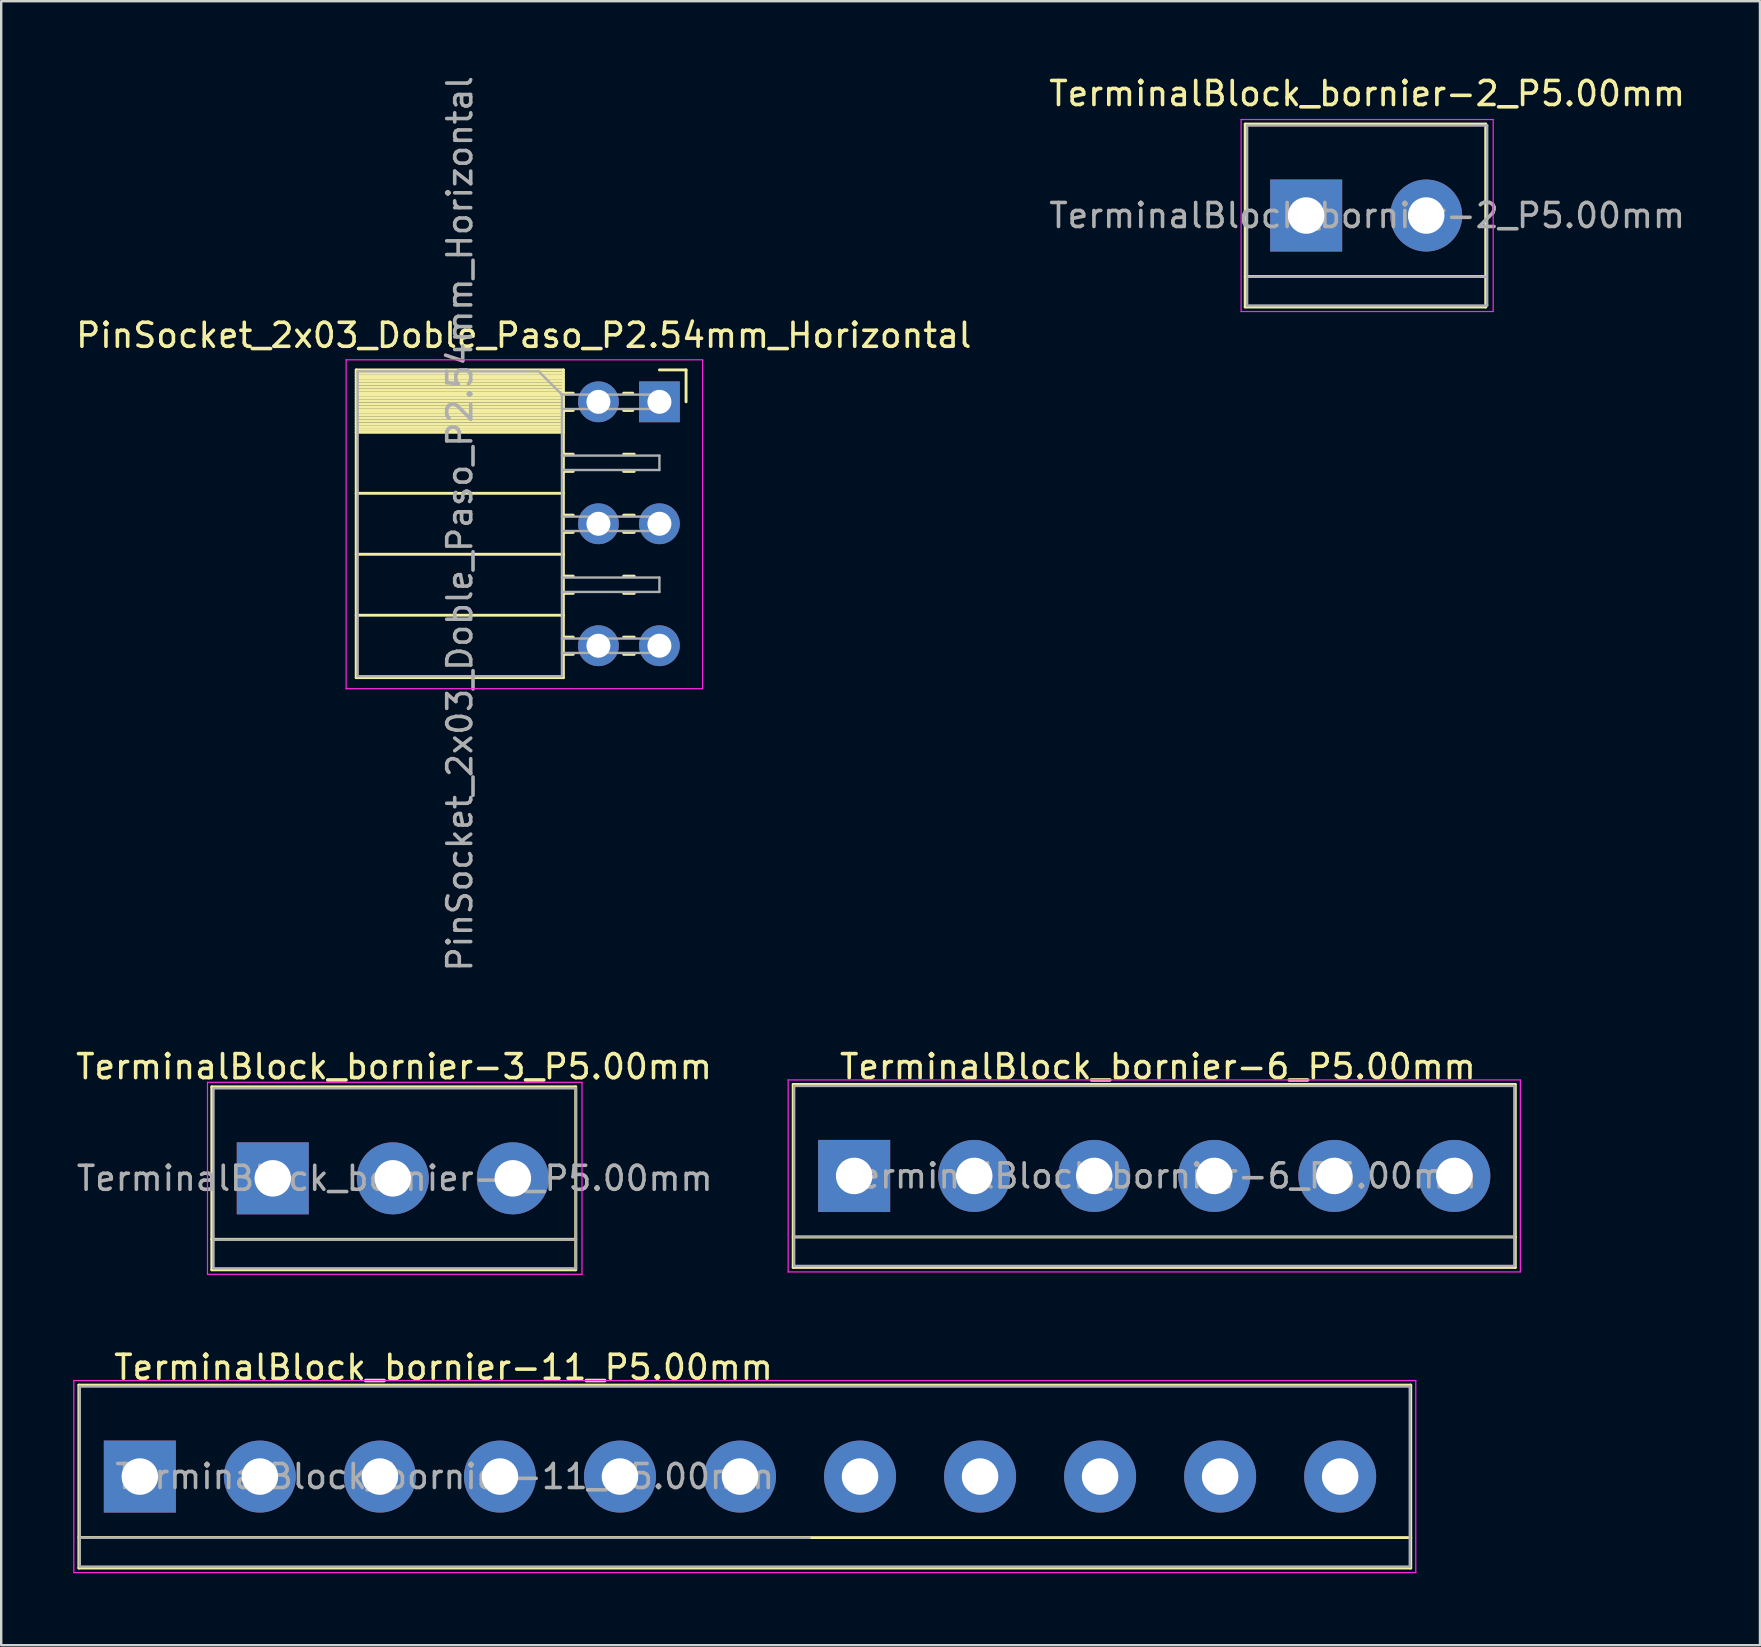
<source format=kicad_pcb>
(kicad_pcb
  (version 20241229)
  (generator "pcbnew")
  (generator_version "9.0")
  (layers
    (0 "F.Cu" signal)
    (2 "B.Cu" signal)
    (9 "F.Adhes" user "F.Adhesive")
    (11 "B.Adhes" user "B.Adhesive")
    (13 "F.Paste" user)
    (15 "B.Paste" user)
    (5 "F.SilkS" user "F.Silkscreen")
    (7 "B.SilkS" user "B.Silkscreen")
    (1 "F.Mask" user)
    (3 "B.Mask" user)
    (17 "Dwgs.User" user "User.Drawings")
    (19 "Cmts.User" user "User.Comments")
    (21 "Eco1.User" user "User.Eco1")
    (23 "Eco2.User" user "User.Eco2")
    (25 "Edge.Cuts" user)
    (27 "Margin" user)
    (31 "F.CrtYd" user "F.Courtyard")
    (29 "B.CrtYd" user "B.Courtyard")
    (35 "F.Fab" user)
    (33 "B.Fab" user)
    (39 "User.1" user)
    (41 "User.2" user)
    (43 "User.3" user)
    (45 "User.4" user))
  (footprint "TerminalBlock_bornier-6_P5.00mm"
    (layer "F.Cu")
    (at 32.531 45.934)
    (property "Reference" "TerminalBlock_bornier-6_P5.00mm" (at 12.65 -4.55 0) (layer "F.SilkS") (effects (font (size 1 1) (thickness 0.15))))
    (attr through_hole)
    (fp_line (start -2.54 -3.81) (end -2.54 3.81) (stroke (width 0.12) (type solid)) (layer "F.SilkS"))
    (fp_line (start -2.54 -3.81) (end 27.54 -3.81) (stroke (width 0.12) (type solid)) (layer "F.SilkS"))
    (fp_line (start -2.54 2.54) (end 27.54 2.54) (stroke (width 0.12) (type solid)) (layer "F.SilkS"))
    (fp_line (start -2.54 3.81) (end 27.54 3.81) (stroke (width 0.12) (type solid)) (layer "F.SilkS"))
    (fp_line (start 27.54 3.81) (end 27.54 -3.81) (stroke (width 0.12) (type solid)) (layer "F.SilkS"))
    (fp_line (start -2.75 -4) (end -2.75 4) (stroke (width 0.05) (type solid)) (layer "F.CrtYd"))
    (fp_line (start -2.75 -4) (end 27.75 -4) (stroke (width 0.05) (type solid)) (layer "F.CrtYd"))
    (fp_line (start 27.75 4) (end -2.75 4) (stroke (width 0.05) (type solid)) (layer "F.CrtYd"))
    (fp_line (start 27.75 4) (end 27.75 -4) (stroke (width 0.05) (type solid)) (layer "F.CrtYd"))
    (fp_line (start -2.5 -3.75) (end -2.5 3.75) (stroke (width 0.1) (type solid)) (layer "F.Fab"))
    (fp_line (start -2.5 2.55) (end 27.5 2.55) (stroke (width 0.1) (type solid)) (layer "F.Fab"))
    (fp_line (start -2.5 3.75) (end 27.5 3.75) (stroke (width 0.1) (type solid)) (layer "F.Fab"))
    (fp_line (start 27.5 -3.75) (end -2.5 -3.75) (stroke (width 0.1) (type solid)) (layer "F.Fab"))
    (fp_line (start 27.5 3.75) (end 27.5 -3.75) (stroke (width 0.1) (type solid)) (layer "F.Fab"))
    (fp_text user "${REFERENCE}" (at 12.7 0 0) (layer "F.Fab") (effects (font (size 1 1) (thickness 0.15))))
    (pad "1" thru_hole rect (at 0 0) (size 3 3) (drill 1.52) (layers "*.Cu" "*.Mask"))
    (pad "2" thru_hole circle (at 5 0) (size 3 3) (drill 1.52) (layers "*.Cu" "*.Mask"))
    (pad "3" thru_hole circle (at 10 0) (size 3 3) (drill 1.52) (layers "*.Cu" "*.Mask"))
    (pad "4" thru_hole circle (at 15 0) (size 3 3) (drill 1.52) (layers "*.Cu" "*.Mask"))
    (pad "5" thru_hole circle (at 20 0) (size 3 3) (drill 1.52) (layers "*.Cu" "*.Mask"))
    (pad "6" thru_hole circle (at 25 0) (size 3 3) (drill 1.52) (layers "*.Cu" "*.Mask")))
  (footprint "TerminalBlock_bornier-3_P5.00mm"
    (layer "F.Cu")
    (at 8.313 46.034)
    (property "Reference" "TerminalBlock_bornier-3_P5.00mm" (at 5.05 -4.65 0) (layer "F.SilkS") (effects (font (size 1 1) (thickness 0.15))))
    (attr through_hole)
    (fp_line (start -2.54 -3.81) (end 12.62 -3.81) (stroke (width 0.12) (type solid)) (layer "F.SilkS"))
    (fp_line (start -2.54 2.54) (end 12.62 2.54) (stroke (width 0.12) (type solid)) (layer "F.SilkS"))
    (fp_line (start -2.54 3.81) (end -2.54 -3.81) (stroke (width 0.12) (type solid)) (layer "F.SilkS"))
    (fp_line (start -2.54 3.81) (end 12.62 3.81) (stroke (width 0.12) (type solid)) (layer "F.SilkS"))
    (fp_line (start 12.62 3.81) (end 12.62 -3.81) (stroke (width 0.12) (type solid)) (layer "F.SilkS"))
    (fp_line (start -2.72 -4) (end -2.72 4) (stroke (width 0.05) (type solid)) (layer "F.CrtYd"))
    (fp_line (start -2.72 -4) (end 12.88 -4) (stroke (width 0.05) (type solid)) (layer "F.CrtYd"))
    (fp_line (start 12.88 4) (end -2.72 4) (stroke (width 0.05) (type solid)) (layer "F.CrtYd"))
    (fp_line (start 12.88 4) (end 12.88 -4) (stroke (width 0.05) (type solid)) (layer "F.CrtYd"))
    (fp_line (start -2.47 -3.75) (end 12.63 -3.75) (stroke (width 0.1) (type solid)) (layer "F.Fab"))
    (fp_line (start -2.47 2.55) (end 12.63 2.55) (stroke (width 0.1) (type solid)) (layer "F.Fab"))
    (fp_line (start -2.47 3.75) (end -2.47 -3.75) (stroke (width 0.1) (type solid)) (layer "F.Fab"))
    (fp_line (start 12.63 -3.75) (end 12.63 3.75) (stroke (width 0.1) (type solid)) (layer "F.Fab"))
    (fp_line (start 12.63 3.75) (end -2.47 3.75) (stroke (width 0.1) (type solid)) (layer "F.Fab"))
    (fp_text user "${REFERENCE}" (at 5.08 0 0) (layer "F.Fab") (effects (font (size 1 1) (thickness 0.15))))
    (pad "1" thru_hole rect (at 0 0) (size 3 3) (drill 1.52) (layers "*.Cu" "*.Mask"))
    (pad "2" thru_hole circle (at 5 0) (size 3 3) (drill 1.52) (layers "*.Cu" "*.Mask"))
    (pad "3" thru_hole circle (at 10 0) (size 3 3) (drill 1.52) (layers "*.Cu" "*.Mask")))
  (footprint "PinSocket_2x03_Doble_Paso_P2.54mm_Horizontal"
    (layer "F.Cu")
    (at 24.418 13.688)
    (property "Reference" "PinSocket_2x03_Doble_Paso_P2.54mm_Horizontal" (at -5.65 -2.77 0) (layer "F.SilkS") (effects (font (size 1 1) (thickness 0.15))))
    (attr through_hole)
    (fp_line (start -12.63 -1.33) (end -12.63 11.49) (stroke (width 0.12) (type solid)) (layer "F.SilkS"))
    (fp_line (start -12.63 -1.33) (end -4 -1.33) (stroke (width 0.12) (type solid)) (layer "F.SilkS"))
    (fp_line (start -12.63 -1.21) (end -4 -1.21) (stroke (width 0.12) (type solid)) (layer "F.SilkS"))
    (fp_line (start -12.63 -1.092) (end -4 -1.092) (stroke (width 0.12) (type solid)) (layer "F.SilkS"))
    (fp_line (start -12.63 -0.974) (end -4 -0.974) (stroke (width 0.12) (type solid)) (layer "F.SilkS"))
    (fp_line (start -12.63 -0.856) (end -4 -0.856) (stroke (width 0.12) (type solid)) (layer "F.SilkS"))
    (fp_line (start -12.63 -0.738) (end -4 -0.738) (stroke (width 0.12) (type solid)) (layer "F.SilkS"))
    (fp_line (start -12.63 -0.62) (end -4 -0.62) (stroke (width 0.12) (type solid)) (layer "F.SilkS"))
    (fp_line (start -12.63 -0.501) (end -4 -0.501) (stroke (width 0.12) (type solid)) (layer "F.SilkS"))
    (fp_line (start -12.63 -0.383) (end -4 -0.383) (stroke (width 0.12) (type solid)) (layer "F.SilkS"))
    (fp_line (start -12.63 -0.265) (end -4 -0.265) (stroke (width 0.12) (type solid)) (layer "F.SilkS"))
    (fp_line (start -12.63 -0.147) (end -4 -0.147) (stroke (width 0.12) (type solid)) (layer "F.SilkS"))
    (fp_line (start -12.63 -0.029) (end -4 -0.029) (stroke (width 0.12) (type solid)) (layer "F.SilkS"))
    (fp_line (start -12.63 0.089) (end -4 0.089) (stroke (width 0.12) (type solid)) (layer "F.SilkS"))
    (fp_line (start -12.63 0.207) (end -4 0.207) (stroke (width 0.12) (type solid)) (layer "F.SilkS"))
    (fp_line (start -12.63 0.325) (end -4 0.325) (stroke (width 0.12) (type solid)) (layer "F.SilkS"))
    (fp_line (start -12.63 0.443) (end -4 0.443) (stroke (width 0.12) (type solid)) (layer "F.SilkS"))
    (fp_line (start -12.63 0.561) (end -4 0.561) (stroke (width 0.12) (type solid)) (layer "F.SilkS"))
    (fp_line (start -12.63 0.68) (end -4 0.68) (stroke (width 0.12) (type solid)) (layer "F.SilkS"))
    (fp_line (start -12.63 0.798) (end -4 0.798) (stroke (width 0.12) (type solid)) (layer "F.SilkS"))
    (fp_line (start -12.63 0.916) (end -4 0.916) (stroke (width 0.12) (type solid)) (layer "F.SilkS"))
    (fp_line (start -12.63 1.034) (end -4 1.034) (stroke (width 0.12) (type solid)) (layer "F.SilkS"))
    (fp_line (start -12.63 1.152) (end -4 1.152) (stroke (width 0.12) (type solid)) (layer "F.SilkS"))
    (fp_line (start -12.63 1.27) (end -4 1.27) (stroke (width 0.12) (type solid)) (layer "F.SilkS"))
    (fp_line (start -12.63 3.81) (end -4 3.81) (stroke (width 0.12) (type solid)) (layer "F.SilkS"))
    (fp_line (start -12.63 6.35) (end -4 6.35) (stroke (width 0.12) (type solid)) (layer "F.SilkS"))
    (fp_line (start -12.63 8.89) (end -4 8.89) (stroke (width 0.12) (type solid)) (layer "F.SilkS"))
    (fp_line (start -12.63 11.49) (end -4 11.49) (stroke (width 0.12) (type solid)) (layer "F.SilkS"))
    (fp_line (start -4 -1.33) (end -4 11.49) (stroke (width 0.12) (type solid)) (layer "F.SilkS"))
    (fp_line (start -4 -0.36) (end -3.59 -0.36) (stroke (width 0.12) (type solid)) (layer "F.SilkS"))
    (fp_line (start -4 0.36) (end -3.59 0.36) (stroke (width 0.12) (type solid)) (layer "F.SilkS"))
    (fp_line (start -4 2.18) (end -3.59 2.18) (stroke (width 0.12) (type solid)) (layer "F.SilkS"))
    (fp_line (start -4 2.9) (end -3.59 2.9) (stroke (width 0.12) (type solid)) (layer "F.SilkS"))
    (fp_line (start -4 4.72) (end -3.59 4.72) (stroke (width 0.12) (type solid)) (layer "F.SilkS"))
    (fp_line (start -4 5.44) (end -3.59 5.44) (stroke (width 0.12) (type solid)) (layer "F.SilkS"))
    (fp_line (start -4 7.26) (end -3.59 7.26) (stroke (width 0.12) (type solid)) (layer "F.SilkS"))
    (fp_line (start -4 7.98) (end -3.59 7.98) (stroke (width 0.12) (type solid)) (layer "F.SilkS"))
    (fp_line (start -4 9.8) (end -3.59 9.8) (stroke (width 0.12) (type solid)) (layer "F.SilkS"))
    (fp_line (start -4 10.52) (end -3.59 10.52) (stroke (width 0.12) (type solid)) (layer "F.SilkS"))
    (fp_line (start -1.49 -0.36) (end -1.11 -0.36) (stroke (width 0.12) (type solid)) (layer "F.SilkS"))
    (fp_line (start -1.49 0.36) (end -1.11 0.36) (stroke (width 0.12) (type solid)) (layer "F.SilkS"))
    (fp_line (start -1.49 2.18) (end -1.05 2.18) (stroke (width 0.12) (type solid)) (layer "F.SilkS"))
    (fp_line (start -1.49 2.9) (end -1.05 2.9) (stroke (width 0.12) (type solid)) (layer "F.SilkS"))
    (fp_line (start -1.49 4.72) (end -1.05 4.72) (stroke (width 0.12) (type solid)) (layer "F.SilkS"))
    (fp_line (start -1.49 5.44) (end -1.05 5.44) (stroke (width 0.12) (type solid)) (layer "F.SilkS"))
    (fp_line (start -1.49 7.26) (end -1.05 7.26) (stroke (width 0.12) (type solid)) (layer "F.SilkS"))
    (fp_line (start -1.49 7.98) (end -1.05 7.98) (stroke (width 0.12) (type solid)) (layer "F.SilkS"))
    (fp_line (start -1.49 9.8) (end -1.05 9.8) (stroke (width 0.12) (type solid)) (layer "F.SilkS"))
    (fp_line (start -1.49 10.52) (end -1.05 10.52) (stroke (width 0.12) (type solid)) (layer "F.SilkS"))
    (fp_line (start 0 -1.33) (end 1.11 -1.33) (stroke (width 0.12) (type solid)) (layer "F.SilkS"))
    (fp_line (start 1.11 -1.33) (end 1.11 0) (stroke (width 0.12) (type solid)) (layer "F.SilkS"))
    (fp_line (start -13.05 -1.75) (end -13.05 11.95) (stroke (width 0.05) (type solid)) (layer "F.CrtYd"))
    (fp_line (start -13.05 11.95) (end 1.8 11.95) (stroke (width 0.05) (type solid)) (layer "F.CrtYd"))
    (fp_line (start 1.8 -1.75) (end -13.05 -1.75) (stroke (width 0.05) (type solid)) (layer "F.CrtYd"))
    (fp_line (start 1.8 11.95) (end 1.8 -1.75) (stroke (width 0.05) (type solid)) (layer "F.CrtYd"))
    (fp_line (start -12.57 -1.27) (end -5.03 -1.27) (stroke (width 0.1) (type solid)) (layer "F.Fab"))
    (fp_line (start -12.57 11.43) (end -12.57 -1.27) (stroke (width 0.1) (type solid)) (layer "F.Fab"))
    (fp_line (start -5.03 -1.27) (end -4.06 -0.3) (stroke (width 0.1) (type solid)) (layer "F.Fab"))
    (fp_line (start -4.06 -0.3) (end -4.06 11.43) (stroke (width 0.1) (type solid)) (layer "F.Fab"))
    (fp_line (start -4.06 0.3) (end 0 0.3) (stroke (width 0.1) (type solid)) (layer "F.Fab"))
    (fp_line (start -4.06 2.84) (end 0 2.84) (stroke (width 0.1) (type solid)) (layer "F.Fab"))
    (fp_line (start -4.06 5.38) (end 0 5.38) (stroke (width 0.1) (type solid)) (layer "F.Fab"))
    (fp_line (start -4.06 7.92) (end 0 7.92) (stroke (width 0.1) (type solid)) (layer "F.Fab"))
    (fp_line (start -4.06 10.46) (end 0 10.46) (stroke (width 0.1) (type solid)) (layer "F.Fab"))
    (fp_line (start -4.06 11.43) (end -12.57 11.43) (stroke (width 0.1) (type solid)) (layer "F.Fab"))
    (fp_line (start 0 -0.3) (end -4.06 -0.3) (stroke (width 0.1) (type solid)) (layer "F.Fab"))
    (fp_line (start 0 0.3) (end 0 -0.3) (stroke (width 0.1) (type solid)) (layer "F.Fab"))
    (fp_line (start 0 2.24) (end -4.06 2.24) (stroke (width 0.1) (type solid)) (layer "F.Fab"))
    (fp_line (start 0 2.84) (end 0 2.24) (stroke (width 0.1) (type solid)) (layer "F.Fab"))
    (fp_line (start 0 4.78) (end -4.06 4.78) (stroke (width 0.1) (type solid)) (layer "F.Fab"))
    (fp_line (start 0 5.38) (end 0 4.78) (stroke (width 0.1) (type solid)) (layer "F.Fab"))
    (fp_line (start 0 7.32) (end -4.06 7.32) (stroke (width 0.1) (type solid)) (layer "F.Fab"))
    (fp_line (start 0 7.92) (end 0 7.32) (stroke (width 0.1) (type solid)) (layer "F.Fab"))
    (fp_line (start 0 9.86) (end -4.06 9.86) (stroke (width 0.1) (type solid)) (layer "F.Fab"))
    (fp_line (start 0 10.46) (end 0 9.86) (stroke (width 0.1) (type solid)) (layer "F.Fab"))
    (fp_text user "${REFERENCE}" (at -8.315 5.08 90) (layer "F.Fab") (effects (font (size 1 1) (thickness 0.15))))
    (pad "1" thru_hole rect (at 0 0) (size 1.7 1.7) (drill 1) (layers "*.Cu" "*.Mask"))
    (pad "2" thru_hole oval (at -2.54 0) (size 1.7 1.7) (drill 1) (layers "*.Cu" "*.Mask"))
    (pad "5" thru_hole oval (at 0 5.08) (size 1.7 1.7) (drill 1) (layers "*.Cu" "*.Mask"))
    (pad "6" thru_hole oval (at -2.54 5.08) (size 1.7 1.7) (drill 1) (layers "*.Cu" "*.Mask"))
    (pad "9" thru_hole oval (at 0 10.16) (size 1.7 1.7) (drill 1) (layers "*.Cu" "*.Mask"))
    (pad "10" thru_hole oval (at -2.54 10.16) (size 1.7 1.7) (drill 1) (layers "*.Cu" "*.Mask")))
  (footprint "TerminalBlock_bornier-11_P5.00mm"
    (layer "F.Cu")
    (at 2.775 58.457)
    (property "Reference" "TerminalBlock_bornier-11_P5.00mm" (at 12.65 -4.55 0) (layer "F.SilkS") (effects (font (size 1 1) (thickness 0.15))))
    (attr through_hole)
    (fp_line (start -2.54 -3.81) (end -2.54 3.81) (stroke (width 0.12) (type solid)) (layer "F.SilkS"))
    (fp_line (start -2.54 -3.81) (end 52.94 -3.81) (stroke (width 0.12) (type solid)) (layer "F.SilkS"))
    (fp_line (start -2.54 2.54) (end 52.94 2.54) (stroke (width 0.12) (type solid)) (layer "F.SilkS"))
    (fp_line (start -2.54 3.81) (end 52.94 3.81) (stroke (width 0.12) (type solid)) (layer "F.SilkS"))
    (fp_line (start 52.94 3.81) (end 52.94 -3.81) (stroke (width 0.12) (type solid)) (layer "F.SilkS"))
    (fp_line (start -2.75 -4) (end -2.75 4) (stroke (width 0.05) (type solid)) (layer "F.CrtYd"))
    (fp_line (start -2.75 -4) (end 53.15 -4) (stroke (width 0.05) (type solid)) (layer "F.CrtYd"))
    (fp_line (start 53.15 4) (end -2.75 4) (stroke (width 0.05) (type solid)) (layer "F.CrtYd"))
    (fp_line (start 53.15 4) (end 53.15 -4) (stroke (width 0.05) (type solid)) (layer "F.CrtYd"))
    (fp_line (start -2.5 -3.75) (end -2.5 3.75) (stroke (width 0.1) (type solid)) (layer "F.Fab"))
    (fp_line (start -2.5 2.55) (end 27.9 2.55) (stroke (width 0.1) (type solid)) (layer "F.Fab"))
    (fp_line (start -2.5 3.75) (end 52.9 3.75) (stroke (width 0.1) (type solid)) (layer "F.Fab"))
    (fp_line (start 52.9 -3.75) (end -2.5 -3.75) (stroke (width 0.1) (type solid)) (layer "F.Fab"))
    (fp_line (start 52.9 3.75) (end 52.9 -3.75) (stroke (width 0.1) (type solid)) (layer "F.Fab"))
    (fp_text user "${REFERENCE}" (at 12.7 0 0) (layer "F.Fab") (effects (font (size 1 1) (thickness 0.15))))
    (pad "1" thru_hole rect (at 0 0) (size 3 3) (drill 1.52) (layers "*.Cu" "*.Mask"))
    (pad "2" thru_hole circle (at 5 0) (size 3 3) (drill 1.52) (layers "*.Cu" "*.Mask"))
    (pad "3" thru_hole circle (at 10 0) (size 3 3) (drill 1.52) (layers "*.Cu" "*.Mask"))
    (pad "4" thru_hole circle (at 15 0) (size 3 3) (drill 1.52) (layers "*.Cu" "*.Mask"))
    (pad "5" thru_hole circle (at 20 0) (size 3 3) (drill 1.52) (layers "*.Cu" "*.Mask"))
    (pad "6" thru_hole circle (at 25 0) (size 3 3) (drill 1.52) (layers "*.Cu" "*.Mask"))
    (pad "7" thru_hole circle (at 30 0) (size 3 3) (drill 1.52) (layers "*.Cu" "*.Mask"))
    (pad "8" thru_hole circle (at 35 0) (size 3 3) (drill 1.52) (layers "*.Cu" "*.Mask"))
    (pad "9" thru_hole circle (at 40 0) (size 3 3) (drill 1.52) (layers "*.Cu" "*.Mask"))
    (pad "10" thru_hole circle (at 45 0) (size 3 3) (drill 1.52) (layers "*.Cu" "*.Mask"))
    (pad "11" thru_hole circle (at 50 0) (size 3 3) (drill 1.52) (layers "*.Cu" "*.Mask")))
  (footprint "TerminalBlock_bornier-2_P5.00mm"
    (layer "F.Cu")
    (at 51.359 5.928)
    (property "Reference" "TerminalBlock_bornier-2_P5.00mm" (at 2.54 -5.08 0) (layer "F.SilkS") (effects (font (size 1 1) (thickness 0.15))))
    (attr through_hole)
    (fp_line (start -2.54 -3.81) (end -2.54 3.81) (stroke (width 0.12) (type solid)) (layer "F.SilkS"))
    (fp_line (start -2.54 3.81) (end 7.48 3.81) (stroke (width 0.12) (type solid)) (layer "F.SilkS"))
    (fp_line (start 7.48 -3.81) (end -2.54 -3.81) (stroke (width 0.12) (type solid)) (layer "F.SilkS"))
    (fp_line (start 7.48 2.54) (end -2.54 2.54) (stroke (width 0.12) (type solid)) (layer "F.SilkS"))
    (fp_line (start 7.48 3.81) (end 7.48 -3.81) (stroke (width 0.12) (type solid)) (layer "F.SilkS"))
    (fp_line (start -2.71 -4) (end -2.71 4) (stroke (width 0.05) (type solid)) (layer "F.CrtYd"))
    (fp_line (start -2.71 -4) (end 7.79 -4) (stroke (width 0.05) (type solid)) (layer "F.CrtYd"))
    (fp_line (start 7.79 4) (end -2.71 4) (stroke (width 0.05) (type solid)) (layer "F.CrtYd"))
    (fp_line (start 7.79 4) (end 7.79 -4) (stroke (width 0.05) (type solid)) (layer "F.CrtYd"))
    (fp_line (start -2.46 -3.75) (end -2.46 3.75) (stroke (width 0.1) (type solid)) (layer "F.Fab"))
    (fp_line (start -2.46 3.75) (end 7.54 3.75) (stroke (width 0.1) (type solid)) (layer "F.Fab"))
    (fp_line (start -2.41 2.55) (end 7.49 2.55) (stroke (width 0.1) (type solid)) (layer "F.Fab"))
    (fp_line (start 7.54 -3.75) (end -2.46 -3.75) (stroke (width 0.1) (type solid)) (layer "F.Fab"))
    (fp_line (start 7.54 3.75) (end 7.54 -3.75) (stroke (width 0.1) (type solid)) (layer "F.Fab"))
    (fp_text user "${REFERENCE}" (at 2.54 0 0) (layer "F.Fab") (effects (font (size 1 1) (thickness 0.15))))
    (pad "1" thru_hole rect (at 0 0) (size 3 3) (drill 1.52) (layers "*.Cu" "*.Mask"))
    (pad "2" thru_hole circle (at 5 0) (size 3 3) (drill 1.52) (layers "*.Cu" "*.Mask")))
  (gr_rect
    (start -3 -3)
    (end 70.262 65.482)
    (stroke (width 0.1) (type default))
    (fill no)
    (layer "Edge.Cuts")))
</source>
